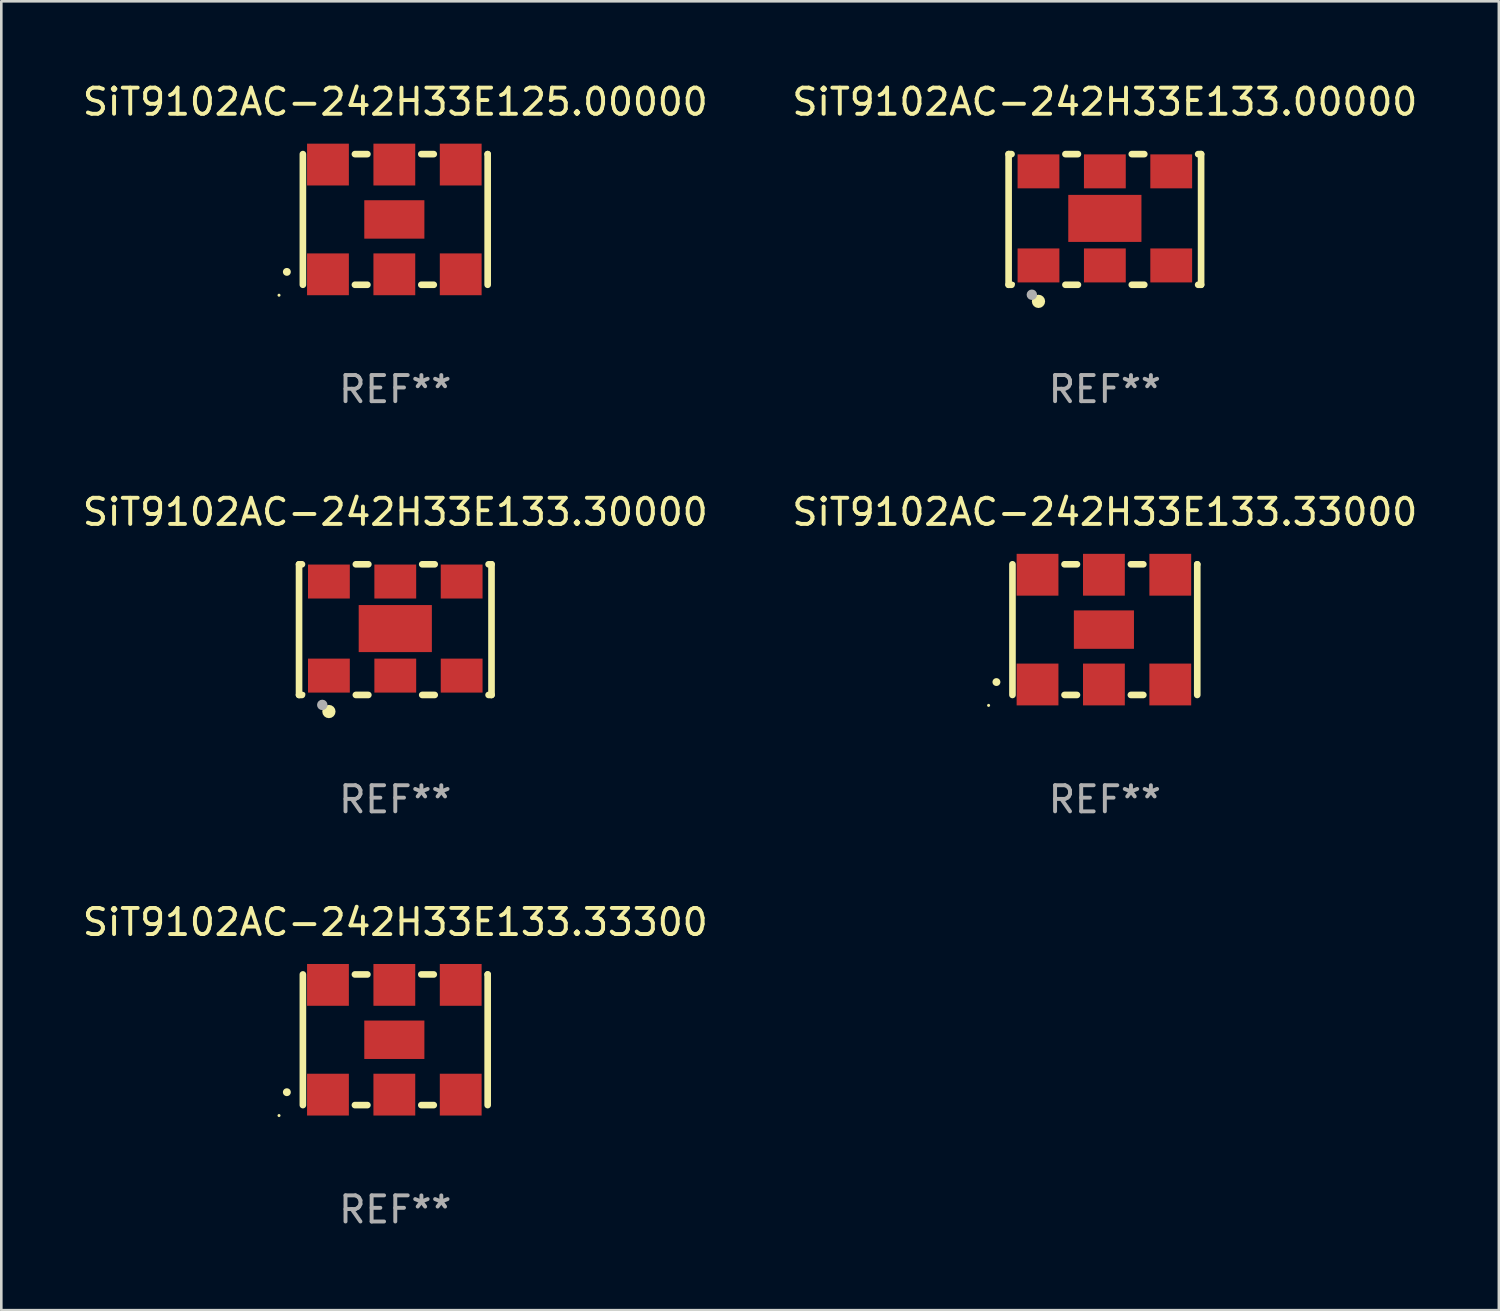
<source format=kicad_pcb>
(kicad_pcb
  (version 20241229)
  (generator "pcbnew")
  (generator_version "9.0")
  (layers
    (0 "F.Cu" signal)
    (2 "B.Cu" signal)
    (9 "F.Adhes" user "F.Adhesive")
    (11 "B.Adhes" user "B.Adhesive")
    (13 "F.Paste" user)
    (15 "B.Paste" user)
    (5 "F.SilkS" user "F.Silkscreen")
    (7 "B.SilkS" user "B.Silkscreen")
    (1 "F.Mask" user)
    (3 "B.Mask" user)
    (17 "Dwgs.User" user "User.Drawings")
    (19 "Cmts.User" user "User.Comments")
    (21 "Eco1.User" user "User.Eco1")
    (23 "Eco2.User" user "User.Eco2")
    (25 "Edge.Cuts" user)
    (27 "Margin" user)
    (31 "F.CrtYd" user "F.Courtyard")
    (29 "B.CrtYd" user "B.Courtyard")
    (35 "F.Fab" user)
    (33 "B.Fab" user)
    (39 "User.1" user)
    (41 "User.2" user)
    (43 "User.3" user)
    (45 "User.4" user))
  (footprint "SiT9102AC-242H33E133.30000"
    (layer "F.Cu")
    (at 12.077 21.045)
    (property "Reference" "SiT9102AC-242H33E133.30000" (at 0 -4.5 0) (layer "F.SilkS") (effects (font (size 1 1) (thickness 0.15))))
    (attr through_hole)
    (fp_line (start -3.683 -2.5) (end -3.571 -2.5) (stroke (width 0.254) (type solid)) (layer "F.SilkS"))
    (fp_line (start -3.683 2.5) (end -3.683 -2.5) (stroke (width 0.254) (type solid)) (layer "F.SilkS"))
    (fp_line (start -3.683 2.5) (end -3.571 2.5) (stroke (width 0.254) (type solid)) (layer "F.SilkS"))
    (fp_line (start -1.509 -2.5) (end -1.031 -2.5) (stroke (width 0.254) (type solid)) (layer "F.SilkS"))
    (fp_line (start -1.509 2.5) (end -1.031 2.5) (stroke (width 0.254) (type solid)) (layer "F.SilkS"))
    (fp_line (start 1.031 -2.5) (end 1.509 -2.5) (stroke (width 0.254) (type solid)) (layer "F.SilkS"))
    (fp_line (start 1.031 2.5) (end 1.509 2.5) (stroke (width 0.254) (type solid)) (layer "F.SilkS"))
    (fp_line (start 3.571 -2.5) (end 3.683 -2.5) (stroke (width 0.254) (type solid)) (layer "F.SilkS"))
    (fp_line (start 3.571 2.5) (end 3.683 2.5) (stroke (width 0.254) (type solid)) (layer "F.SilkS"))
    (fp_line (start 3.683 2.5) (end 3.683 -2.5) (stroke (width 0.254) (type solid)) (layer "F.SilkS"))
    (fp_circle (center -3.5 2.46) (end -3.47 2.46) (stroke (width 0.06) (type solid)) (fill no) (layer "F.SilkS"))
    (fp_circle (center -2.54 3.135) (end -2.413 3.135) (stroke (width 0.254) (type solid)) (fill no) (layer "F.SilkS"))
    (fp_circle (center -2.794 2.881) (end -2.694 2.881) (stroke (width 0.2) (type solid)) (fill no) (layer "F.Fab"))
    (fp_text user "REF**" (at 0 6.5 0) (layer "F.Fab") (effects (font (size 1 1) (thickness 0.15))))
    (pad "1" smd rect (at -2.54 1.76) (size 1.6 1.3) (layers "F.Cu" "F.Mask" "F.Paste"))
    (pad "2" smd rect (at 0 1.76) (size 1.6 1.3) (layers "F.Cu" "F.Mask" "F.Paste"))
    (pad "3" smd rect (at 2.54 1.76) (size 1.6 1.3) (layers "F.Cu" "F.Mask" "F.Paste"))
    (pad "4" smd rect (at 2.54 -1.84) (size 1.6 1.3) (layers "F.Cu" "F.Mask" "F.Paste"))
    (pad "5" smd rect (at 0 -1.84) (size 1.6 1.3) (layers "F.Cu" "F.Mask" "F.Paste"))
    (pad "6" smd rect (at -2.54 -1.84) (size 1.6 1.3) (layers "F.Cu" "F.Mask" "F.Paste"))
    (pad "7" smd rect (at 0 -0.04) (size 2.8 1.8) (layers "F.Cu" "F.Mask" "F.Paste")))
  (footprint "SiT9102AC-242H33E125.00000"
    (layer "F.Cu")
    (at 12.077 5.348)
    (property "Reference" "SiT9102AC-242H33E125.00000" (at 0 -4.5 0) (layer "F.SilkS") (effects (font (size 1 1) (thickness 0.15))))
    (attr through_hole)
    (fp_line (start -3.536 -2.5) (end -3.536 2.5) (stroke (width 0.254) (type solid)) (layer "F.SilkS"))
    (fp_line (start -1.544 2.5) (end -1.067 2.5) (stroke (width 0.254) (type solid)) (layer "F.SilkS"))
    (fp_line (start -1.067 -2.5) (end -1.544 -2.5) (stroke (width 0.254) (type solid)) (layer "F.SilkS"))
    (fp_line (start 0.996 2.5) (end 1.473 2.5) (stroke (width 0.254) (type solid)) (layer "F.SilkS"))
    (fp_line (start 1.473 -2.5) (end 0.996 -2.5) (stroke (width 0.254) (type solid)) (layer "F.SilkS"))
    (fp_line (start 3.536 -2.5) (end 3.536 -2.5) (stroke (width 0.254) (type solid)) (layer "F.SilkS"))
    (fp_line (start 3.536 2.5) (end 3.536 -2.5) (stroke (width 0.254) (type solid)) (layer "F.SilkS"))
    (fp_arc (start -4.150432 2.006604) (mid -4.149162 2.006599) (end -4.147892 2.006604) (stroke (width 0.3) (type solid)) (layer "F.SilkS"))
    (fp_circle (center -4.449 2.9) (end -4.419 2.9) (stroke (width 0.06) (type solid)) (fill no) (layer "F.SilkS"))
    (fp_text user "REF**" (at 0 6.5 0) (layer "F.Fab") (effects (font (size 1 1) (thickness 0.15))))
    (pad "1" smd rect (at -2.576 2.1) (size 1.6 1.6) (layers "F.Cu" "F.Mask" "F.Paste"))
    (pad "2" smd rect (at -0.036 2.1) (size 1.6 1.6) (layers "F.Cu" "F.Mask" "F.Paste"))
    (pad "3" smd rect (at 2.504 2.1) (size 1.6 1.6) (layers "F.Cu" "F.Mask" "F.Paste"))
    (pad "4" smd rect (at 2.504 -2.1) (size 1.6 1.6) (layers "F.Cu" "F.Mask" "F.Paste"))
    (pad "5" smd rect (at -0.036 -2.1) (size 1.6 1.6) (layers "F.Cu" "F.Mask" "F.Paste"))
    (pad "6" smd rect (at -2.576 -2.1) (size 1.6 1.6) (layers "F.Cu" "F.Mask" "F.Paste"))
    (pad "7" smd rect (at -0.036 0) (size 2.3 1.47) (layers "F.Cu" "F.Mask" "F.Paste")))
  (footprint "SiT9102AC-242H33E133.33000"
    (layer "F.Cu")
    (at 39.232 21.045)
    (property "Reference" "SiT9102AC-242H33E133.33000" (at 0 -4.5 0) (layer "F.SilkS") (effects (font (size 1 1) (thickness 0.15))))
    (attr through_hole)
    (fp_line (start -3.536 -2.5) (end -3.536 2.5) (stroke (width 0.254) (type solid)) (layer "F.SilkS"))
    (fp_line (start -1.544 2.5) (end -1.067 2.5) (stroke (width 0.254) (type solid)) (layer "F.SilkS"))
    (fp_line (start -1.067 -2.5) (end -1.544 -2.5) (stroke (width 0.254) (type solid)) (layer "F.SilkS"))
    (fp_line (start 0.996 2.5) (end 1.473 2.5) (stroke (width 0.254) (type solid)) (layer "F.SilkS"))
    (fp_line (start 1.473 -2.5) (end 0.996 -2.5) (stroke (width 0.254) (type solid)) (layer "F.SilkS"))
    (fp_line (start 3.536 -2.5) (end 3.536 -2.5) (stroke (width 0.254) (type solid)) (layer "F.SilkS"))
    (fp_line (start 3.536 2.5) (end 3.536 -2.5) (stroke (width 0.254) (type solid)) (layer "F.SilkS"))
    (fp_arc (start -4.150432 2.006604) (mid -4.149162 2.006599) (end -4.147892 2.006604) (stroke (width 0.3) (type solid)) (layer "F.SilkS"))
    (fp_circle (center -4.449 2.9) (end -4.419 2.9) (stroke (width 0.06) (type solid)) (fill no) (layer "F.SilkS"))
    (fp_text user "REF**" (at 0 6.5 0) (layer "F.Fab") (effects (font (size 1 1) (thickness 0.15))))
    (pad "1" smd rect (at -2.576 2.1) (size 1.6 1.6) (layers "F.Cu" "F.Mask" "F.Paste"))
    (pad "2" smd rect (at -0.036 2.1) (size 1.6 1.6) (layers "F.Cu" "F.Mask" "F.Paste"))
    (pad "3" smd rect (at 2.504 2.1) (size 1.6 1.6) (layers "F.Cu" "F.Mask" "F.Paste"))
    (pad "4" smd rect (at 2.504 -2.1) (size 1.6 1.6) (layers "F.Cu" "F.Mask" "F.Paste"))
    (pad "5" smd rect (at -0.036 -2.1) (size 1.6 1.6) (layers "F.Cu" "F.Mask" "F.Paste"))
    (pad "6" smd rect (at -2.576 -2.1) (size 1.6 1.6) (layers "F.Cu" "F.Mask" "F.Paste"))
    (pad "7" smd rect (at -0.036 0) (size 2.3 1.47) (layers "F.Cu" "F.Mask" "F.Paste")))
  (footprint "SiT9102AC-242H33E133.33300"
    (layer "F.Cu")
    (at 12.077 36.741)
    (property "Reference" "SiT9102AC-242H33E133.33300" (at 0 -4.5 0) (layer "F.SilkS") (effects (font (size 1 1) (thickness 0.15))))
    (attr through_hole)
    (fp_line (start -3.536 -2.5) (end -3.536 2.5) (stroke (width 0.254) (type solid)) (layer "F.SilkS"))
    (fp_line (start -1.544 2.5) (end -1.067 2.5) (stroke (width 0.254) (type solid)) (layer "F.SilkS"))
    (fp_line (start -1.067 -2.5) (end -1.544 -2.5) (stroke (width 0.254) (type solid)) (layer "F.SilkS"))
    (fp_line (start 0.996 2.5) (end 1.473 2.5) (stroke (width 0.254) (type solid)) (layer "F.SilkS"))
    (fp_line (start 1.473 -2.5) (end 0.996 -2.5) (stroke (width 0.254) (type solid)) (layer "F.SilkS"))
    (fp_line (start 3.536 -2.5) (end 3.536 -2.5) (stroke (width 0.254) (type solid)) (layer "F.SilkS"))
    (fp_line (start 3.536 2.5) (end 3.536 -2.5) (stroke (width 0.254) (type solid)) (layer "F.SilkS"))
    (fp_arc (start -4.150432 2.006604) (mid -4.149162 2.006599) (end -4.147892 2.006604) (stroke (width 0.3) (type solid)) (layer "F.SilkS"))
    (fp_circle (center -4.449 2.9) (end -4.419 2.9) (stroke (width 0.06) (type solid)) (fill no) (layer "F.SilkS"))
    (fp_text user "REF**" (at 0 6.5 0) (layer "F.Fab") (effects (font (size 1 1) (thickness 0.15))))
    (pad "1" smd rect (at -2.576 2.1) (size 1.6 1.6) (layers "F.Cu" "F.Mask" "F.Paste"))
    (pad "2" smd rect (at -0.036 2.1) (size 1.6 1.6) (layers "F.Cu" "F.Mask" "F.Paste"))
    (pad "3" smd rect (at 2.504 2.1) (size 1.6 1.6) (layers "F.Cu" "F.Mask" "F.Paste"))
    (pad "4" smd rect (at 2.504 -2.1) (size 1.6 1.6) (layers "F.Cu" "F.Mask" "F.Paste"))
    (pad "5" smd rect (at -0.036 -2.1) (size 1.6 1.6) (layers "F.Cu" "F.Mask" "F.Paste"))
    (pad "6" smd rect (at -2.576 -2.1) (size 1.6 1.6) (layers "F.Cu" "F.Mask" "F.Paste"))
    (pad "7" smd rect (at -0.036 0) (size 2.3 1.47) (layers "F.Cu" "F.Mask" "F.Paste")))
  (footprint "SiT9102AC-242H33E133.00000"
    (layer "F.Cu")
    (at 39.232 5.348)
    (property "Reference" "SiT9102AC-242H33E133.00000" (at 0 -4.5 0) (layer "F.SilkS") (effects (font (size 1 1) (thickness 0.15))))
    (attr through_hole)
    (fp_line (start -3.683 -2.5) (end -3.571 -2.5) (stroke (width 0.254) (type solid)) (layer "F.SilkS"))
    (fp_line (start -3.683 2.5) (end -3.683 -2.5) (stroke (width 0.254) (type solid)) (layer "F.SilkS"))
    (fp_line (start -3.683 2.5) (end -3.571 2.5) (stroke (width 0.254) (type solid)) (layer "F.SilkS"))
    (fp_line (start -1.509 -2.5) (end -1.031 -2.5) (stroke (width 0.254) (type solid)) (layer "F.SilkS"))
    (fp_line (start -1.509 2.5) (end -1.031 2.5) (stroke (width 0.254) (type solid)) (layer "F.SilkS"))
    (fp_line (start 1.031 -2.5) (end 1.509 -2.5) (stroke (width 0.254) (type solid)) (layer "F.SilkS"))
    (fp_line (start 1.031 2.5) (end 1.509 2.5) (stroke (width 0.254) (type solid)) (layer "F.SilkS"))
    (fp_line (start 3.571 -2.5) (end 3.683 -2.5) (stroke (width 0.254) (type solid)) (layer "F.SilkS"))
    (fp_line (start 3.571 2.5) (end 3.683 2.5) (stroke (width 0.254) (type solid)) (layer "F.SilkS"))
    (fp_line (start 3.683 2.5) (end 3.683 -2.5) (stroke (width 0.254) (type solid)) (layer "F.SilkS"))
    (fp_circle (center -3.5 2.46) (end -3.47 2.46) (stroke (width 0.06) (type solid)) (fill no) (layer "F.SilkS"))
    (fp_circle (center -2.54 3.135) (end -2.413 3.135) (stroke (width 0.254) (type solid)) (fill no) (layer "F.SilkS"))
    (fp_circle (center -2.794 2.881) (end -2.694 2.881) (stroke (width 0.2) (type solid)) (fill no) (layer "F.Fab"))
    (fp_text user "REF**" (at 0 6.5 0) (layer "F.Fab") (effects (font (size 1 1) (thickness 0.15))))
    (pad "1" smd rect (at -2.54 1.76) (size 1.6 1.3) (layers "F.Cu" "F.Mask" "F.Paste"))
    (pad "2" smd rect (at 0 1.76) (size 1.6 1.3) (layers "F.Cu" "F.Mask" "F.Paste"))
    (pad "3" smd rect (at 2.54 1.76) (size 1.6 1.3) (layers "F.Cu" "F.Mask" "F.Paste"))
    (pad "4" smd rect (at 2.54 -1.84) (size 1.6 1.3) (layers "F.Cu" "F.Mask" "F.Paste"))
    (pad "5" smd rect (at 0 -1.84) (size 1.6 1.3) (layers "F.Cu" "F.Mask" "F.Paste"))
    (pad "6" smd rect (at -2.54 -1.84) (size 1.6 1.3) (layers "F.Cu" "F.Mask" "F.Paste"))
    (pad "7" smd rect (at 0 -0.04) (size 2.8 1.8) (layers "F.Cu" "F.Mask" "F.Paste")))
  (gr_rect
    (start -3 -3)
    (end 54.31 47.09)
    (stroke (width 0.1) (type default))
    (fill no)
    (layer "Edge.Cuts")))
</source>
